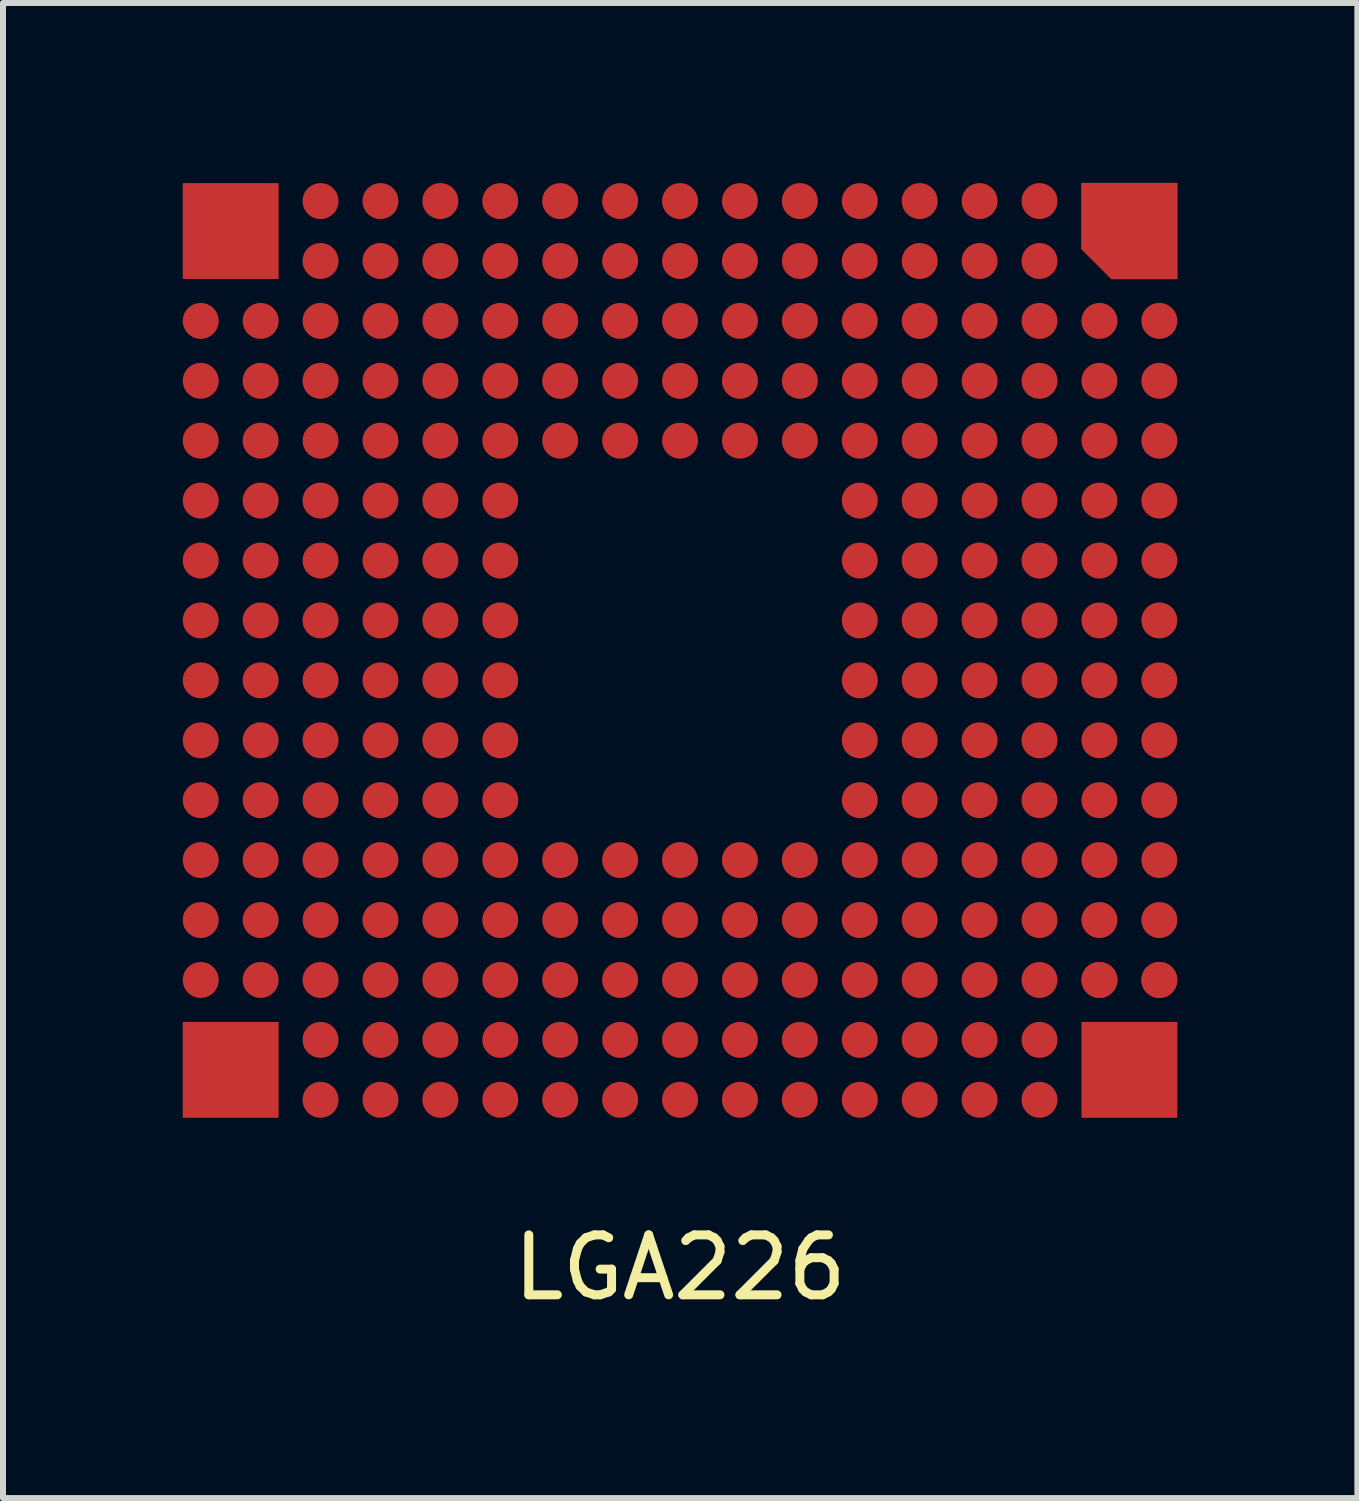
<source format=kicad_pcb>
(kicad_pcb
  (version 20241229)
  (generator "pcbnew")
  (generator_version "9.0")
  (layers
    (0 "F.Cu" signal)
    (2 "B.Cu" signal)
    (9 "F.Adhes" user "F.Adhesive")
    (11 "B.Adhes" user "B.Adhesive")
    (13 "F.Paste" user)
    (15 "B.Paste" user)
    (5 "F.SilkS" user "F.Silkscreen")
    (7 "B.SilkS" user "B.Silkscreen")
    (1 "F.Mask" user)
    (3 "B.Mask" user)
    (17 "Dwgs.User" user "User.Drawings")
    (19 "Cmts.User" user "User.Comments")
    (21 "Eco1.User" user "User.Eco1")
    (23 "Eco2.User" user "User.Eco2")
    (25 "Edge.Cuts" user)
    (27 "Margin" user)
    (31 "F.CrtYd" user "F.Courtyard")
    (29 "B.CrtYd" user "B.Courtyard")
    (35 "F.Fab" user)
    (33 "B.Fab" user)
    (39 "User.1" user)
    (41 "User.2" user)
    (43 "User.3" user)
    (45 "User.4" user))
  (footprint "LGA226"
    (layer "F.Cu")
    (at 8.305 7.758)
    (property "Reference" "LGA226" (at -0.005 10.348 180) (layer "F.SilkS") (effects (font (size 1 1) (thickness 0.15))))
    (attr through_hole)
    (pad "" smd rect (at -7.505 -6.952 180) (size 1.6 1.6) (layers "F.Cu" "F.Mask" "F.Paste"))
    (pad "" smd rect (at -7.505 7.048 180) (size 1.6 1.6) (layers "F.Cu" "F.Mask" "F.Paste"))
    (pad "" smd rect (at 7.495 7.048 180) (size 1.6 1.6) (layers "F.Cu" "F.Mask" "F.Paste"))
    (pad "" smd custom (at 7.745 -7.202 180) (size 1.1 1.1) (layers "F.Cu" "F.Mask" "F.Paste") (options (anchor rect)) (primitives (gr_poly (pts (xy -0.55 -1.05) (xy 0.55 -1.05) (xy 1.05 -0.55) (xy 1.05 0.55) (xy 0.45 0.55) (xy -0.55 0.55) (xy -0.55 -0.45)) (width 0.01) (fill yes))))
    (pad "114" smd circle (at 7.995 5.548 180) (size 0.6 0.6) (layers "F.Cu" "F.Mask" "F.Paste"))
    (pad "214" smd circle (at 6.995 5.548 180) (size 0.6 0.6) (layers "F.Cu" "F.Mask" "F.Paste"))
    (pad "A3" smd circle (at 7.995 -5.452 180) (size 0.6 0.6) (layers "F.Cu" "F.Mask" "F.Paste"))
    (pad "A4" smd circle (at 7.995 -4.452 180) (size 0.6 0.6) (layers "F.Cu" "F.Mask" "F.Paste"))
    (pad "A5" smd circle (at 7.995 -3.453 180) (size 0.6 0.6) (layers "F.Cu" "F.Mask" "F.Paste"))
    (pad "A6" smd circle (at 7.995 -2.453 180) (size 0.6 0.6) (layers "F.Cu" "F.Mask" "F.Paste"))
    (pad "A7" smd circle (at 7.995 -1.452 180) (size 0.6 0.6) (layers "F.Cu" "F.Mask" "F.Paste"))
    (pad "A8" smd circle (at 7.995 -0.453 180) (size 0.6 0.6) (layers "F.Cu" "F.Mask" "F.Paste"))
    (pad "A9" smd circle (at 7.995 0.547 180) (size 0.6 0.6) (layers "F.Cu" "F.Mask" "F.Paste"))
    (pad "A10" smd circle (at 7.995 1.548 180) (size 0.6 0.6) (layers "F.Cu" "F.Mask" "F.Paste"))
    (pad "A11" smd circle (at 7.995 2.547 180) (size 0.6 0.6) (layers "F.Cu" "F.Mask" "F.Paste"))
    (pad "A12" smd circle (at 7.995 3.547 180) (size 0.6 0.6) (layers "F.Cu" "F.Mask" "F.Paste"))
    (pad "A13" smd circle (at 7.995 4.548 180) (size 0.6 0.6) (layers "F.Cu" "F.Mask" "F.Paste"))
    (pad "A14" smd circle (at 7.995 5.548 180) (size 0.6 0.6) (layers "F.Cu" "F.Mask" "F.Paste"))
    (pad "B3" smd circle (at 6.995 -5.452 180) (size 0.6 0.6) (layers "F.Cu" "F.Mask" "F.Paste"))
    (pad "B4" smd circle (at 6.995 -4.452 180) (size 0.6 0.6) (layers "F.Cu" "F.Mask" "F.Paste"))
    (pad "B5" smd circle (at 6.995 -3.453 180) (size 0.6 0.6) (layers "F.Cu" "F.Mask" "F.Paste"))
    (pad "B6" smd circle (at 6.995 -2.453 180) (size 0.6 0.6) (layers "F.Cu" "F.Mask" "F.Paste"))
    (pad "B7" smd circle (at 6.995 -1.452 180) (size 0.6 0.6) (layers "F.Cu" "F.Mask" "F.Paste"))
    (pad "B8" smd circle (at 6.995 -0.453 180) (size 0.6 0.6) (layers "F.Cu" "F.Mask" "F.Paste"))
    (pad "B9" smd circle (at 6.995 0.547 180) (size 0.6 0.6) (layers "F.Cu" "F.Mask" "F.Paste"))
    (pad "B10" smd circle (at 6.995 1.548 180) (size 0.6 0.6) (layers "F.Cu" "F.Mask" "F.Paste"))
    (pad "B11" smd circle (at 6.995 2.547 180) (size 0.6 0.6) (layers "F.Cu" "F.Mask" "F.Paste"))
    (pad "B12" smd circle (at 6.995 3.547 180) (size 0.6 0.6) (layers "F.Cu" "F.Mask" "F.Paste"))
    (pad "B13" smd circle (at 6.995 4.548 180) (size 0.6 0.6) (layers "F.Cu" "F.Mask" "F.Paste"))
    (pad "B14" smd circle (at 6.995 5.548 180) (size 0.6 0.6) (layers "F.Cu" "F.Mask" "F.Paste"))
    (pad "C1" smd circle (at 5.995 -7.452 180) (size 0.6 0.6) (layers "F.Cu" "F.Mask" "F.Paste"))
    (pad "C2" smd circle (at 5.995 -6.452 180) (size 0.6 0.6) (layers "F.Cu" "F.Mask" "F.Paste"))
    (pad "C3" smd circle (at 5.995 -5.452 180) (size 0.6 0.6) (layers "F.Cu" "F.Mask" "F.Paste"))
    (pad "C4" smd circle (at 5.995 -4.452 180) (size 0.6 0.6) (layers "F.Cu" "F.Mask" "F.Paste"))
    (pad "C5" smd circle (at 5.995 -3.453 180) (size 0.6 0.6) (layers "F.Cu" "F.Mask" "F.Paste"))
    (pad "C6" smd circle (at 5.995 -2.453 180) (size 0.6 0.6) (layers "F.Cu" "F.Mask" "F.Paste"))
    (pad "C7" smd circle (at 5.995 -1.452 180) (size 0.6 0.6) (layers "F.Cu" "F.Mask" "F.Paste"))
    (pad "C8" smd circle (at 5.995 -0.453 180) (size 0.6 0.6) (layers "F.Cu" "F.Mask" "F.Paste"))
    (pad "C9" smd circle (at 5.995 0.547 180) (size 0.6 0.6) (layers "F.Cu" "F.Mask" "F.Paste"))
    (pad "C10" smd circle (at 5.995 1.548 180) (size 0.6 0.6) (layers "F.Cu" "F.Mask" "F.Paste"))
    (pad "C11" smd circle (at 5.995 2.547 180) (size 0.6 0.6) (layers "F.Cu" "F.Mask" "F.Paste"))
    (pad "C12" smd circle (at 5.995 3.547 180) (size 0.6 0.6) (layers "F.Cu" "F.Mask" "F.Paste"))
    (pad "C13" smd circle (at 5.995 4.548 180) (size 0.6 0.6) (layers "F.Cu" "F.Mask" "F.Paste"))
    (pad "C14" smd circle (at 5.995 5.548 180) (size 0.6 0.6) (layers "F.Cu" "F.Mask" "F.Paste"))
    (pad "C15" smd circle (at 5.995 6.548 180) (size 0.6 0.6) (layers "F.Cu" "F.Mask" "F.Paste"))
    (pad "C16" smd circle (at 5.995 7.548 180) (size 0.6 0.6) (layers "F.Cu" "F.Mask" "F.Paste"))
    (pad "D1" smd circle (at 4.995 -7.452 180) (size 0.6 0.6) (layers "F.Cu" "F.Mask" "F.Paste"))
    (pad "D2" smd circle (at 4.995 -6.452 180) (size 0.6 0.6) (layers "F.Cu" "F.Mask" "F.Paste"))
    (pad "D3" smd circle (at 4.995 -5.452 180) (size 0.6 0.6) (layers "F.Cu" "F.Mask" "F.Paste"))
    (pad "D4" smd circle (at 4.995 -4.452 180) (size 0.6 0.6) (layers "F.Cu" "F.Mask" "F.Paste"))
    (pad "D5" smd circle (at 4.995 -3.453 180) (size 0.6 0.6) (layers "F.Cu" "F.Mask" "F.Paste"))
    (pad "D6" smd circle (at 4.995 -2.453 180) (size 0.6 0.6) (layers "F.Cu" "F.Mask" "F.Paste"))
    (pad "D7" smd circle (at 4.995 -1.452 180) (size 0.6 0.6) (layers "F.Cu" "F.Mask" "F.Paste"))
    (pad "D8" smd circle (at 4.995 -0.453 180) (size 0.6 0.6) (layers "F.Cu" "F.Mask" "F.Paste"))
    (pad "D9" smd circle (at 4.995 0.547 180) (size 0.6 0.6) (layers "F.Cu" "F.Mask" "F.Paste"))
    (pad "D10" smd circle (at 4.995 1.548 180) (size 0.6 0.6) (layers "F.Cu" "F.Mask" "F.Paste"))
    (pad "D11" smd circle (at 4.995 2.547 180) (size 0.6 0.6) (layers "F.Cu" "F.Mask" "F.Paste"))
    (pad "D12" smd circle (at 4.995 3.547 180) (size 0.6 0.6) (layers "F.Cu" "F.Mask" "F.Paste"))
    (pad "D13" smd circle (at 4.995 4.548 180) (size 0.6 0.6) (layers "F.Cu" "F.Mask" "F.Paste"))
    (pad "D14" smd circle (at 4.995 5.548 180) (size 0.6 0.6) (layers "F.Cu" "F.Mask" "F.Paste"))
    (pad "D15" smd circle (at 4.995 6.548 180) (size 0.6 0.6) (layers "F.Cu" "F.Mask" "F.Paste"))
    (pad "D16" smd circle (at 4.995 7.548 180) (size 0.6 0.6) (layers "F.Cu" "F.Mask" "F.Paste"))
    (pad "E1" smd circle (at 3.995 -7.452 180) (size 0.6 0.6) (layers "F.Cu" "F.Mask" "F.Paste"))
    (pad "E2" smd circle (at 3.995 -6.452 180) (size 0.6 0.6) (layers "F.Cu" "F.Mask" "F.Paste"))
    (pad "E3" smd circle (at 3.995 -5.452 180) (size 0.6 0.6) (layers "F.Cu" "F.Mask" "F.Paste"))
    (pad "E4" smd circle (at 3.995 -4.452 180) (size 0.6 0.6) (layers "F.Cu" "F.Mask" "F.Paste"))
    (pad "E5" smd circle (at 3.995 -3.453 180) (size 0.6 0.6) (layers "F.Cu" "F.Mask" "F.Paste"))
    (pad "E6" smd circle (at 3.995 -2.453 180) (size 0.6 0.6) (layers "F.Cu" "F.Mask" "F.Paste"))
    (pad "E7" smd circle (at 3.995 -1.452 180) (size 0.6 0.6) (layers "F.Cu" "F.Mask" "F.Paste"))
    (pad "E8" smd circle (at 3.995 -0.453 180) (size 0.6 0.6) (layers "F.Cu" "F.Mask" "F.Paste"))
    (pad "E9" smd circle (at 3.995 0.547 180) (size 0.6 0.6) (layers "F.Cu" "F.Mask" "F.Paste"))
    (pad "E10" smd circle (at 3.995 1.548 180) (size 0.6 0.6) (layers "F.Cu" "F.Mask" "F.Paste"))
    (pad "E11" smd circle (at 3.995 2.547 180) (size 0.6 0.6) (layers "F.Cu" "F.Mask" "F.Paste"))
    (pad "E12" smd circle (at 3.995 3.547 180) (size 0.6 0.6) (layers "F.Cu" "F.Mask" "F.Paste"))
    (pad "E13" smd circle (at 3.995 4.548 180) (size 0.6 0.6) (layers "F.Cu" "F.Mask" "F.Paste"))
    (pad "E14" smd circle (at 3.995 5.548 180) (size 0.6 0.6) (layers "F.Cu" "F.Mask" "F.Paste"))
    (pad "E15" smd circle (at 3.995 6.548 180) (size 0.6 0.6) (layers "F.Cu" "F.Mask" "F.Paste"))
    (pad "E16" smd circle (at 3.995 7.548 180) (size 0.6 0.6) (layers "F.Cu" "F.Mask" "F.Paste"))
    (pad "F1" smd circle (at 2.995 -7.452 180) (size 0.6 0.6) (layers "F.Cu" "F.Mask" "F.Paste"))
    (pad "F2" smd circle (at 2.995 -6.452 180) (size 0.6 0.6) (layers "F.Cu" "F.Mask" "F.Paste"))
    (pad "F3" smd circle (at 2.995 -5.452 180) (size 0.6 0.6) (layers "F.Cu" "F.Mask" "F.Paste"))
    (pad "F4" smd circle (at 2.995 -4.452 180) (size 0.6 0.6) (layers "F.Cu" "F.Mask" "F.Paste"))
    (pad "F5" smd circle (at 2.995 -3.453 180) (size 0.6 0.6) (layers "F.Cu" "F.Mask" "F.Paste"))
    (pad "F6" smd circle (at 2.995 -2.453 180) (size 0.6 0.6) (layers "F.Cu" "F.Mask" "F.Paste"))
    (pad "F7" smd circle (at 2.995 -1.452 180) (size 0.6 0.6) (layers "F.Cu" "F.Mask" "F.Paste"))
    (pad "F8" smd circle (at 2.995 -0.453 180) (size 0.6 0.6) (layers "F.Cu" "F.Mask" "F.Paste"))
    (pad "F9" smd circle (at 2.995 0.547 180) (size 0.6 0.6) (layers "F.Cu" "F.Mask" "F.Paste"))
    (pad "F10" smd circle (at 2.995 1.548 180) (size 0.6 0.6) (layers "F.Cu" "F.Mask" "F.Paste"))
    (pad "F11" smd circle (at 2.995 2.547 180) (size 0.6 0.6) (layers "F.Cu" "F.Mask" "F.Paste"))
    (pad "F12" smd circle (at 2.995 3.547 180) (size 0.6 0.6) (layers "F.Cu" "F.Mask" "F.Paste"))
    (pad "F13" smd circle (at 2.995 4.548 180) (size 0.6 0.6) (layers "F.Cu" "F.Mask" "F.Paste"))
    (pad "F14" smd circle (at 2.995 5.548 180) (size 0.6 0.6) (layers "F.Cu" "F.Mask" "F.Paste"))
    (pad "F15" smd circle (at 2.995 6.548 180) (size 0.6 0.6) (layers "F.Cu" "F.Mask" "F.Paste"))
    (pad "F16" smd circle (at 2.995 7.548 180) (size 0.6 0.6) (layers "F.Cu" "F.Mask" "F.Paste"))
    (pad "G1" smd circle (at 1.995 -7.452 180) (size 0.6 0.6) (layers "F.Cu" "F.Mask" "F.Paste"))
    (pad "G2" smd circle (at 1.995 -6.452 180) (size 0.6 0.6) (layers "F.Cu" "F.Mask" "F.Paste"))
    (pad "G3" smd circle (at 1.995 -5.452 180) (size 0.6 0.6) (layers "F.Cu" "F.Mask" "F.Paste"))
    (pad "G4" smd circle (at 1.995 -4.452 180) (size 0.6 0.6) (layers "F.Cu" "F.Mask" "F.Paste"))
    (pad "G5" smd circle (at 1.995 -3.453 180) (size 0.6 0.6) (layers "F.Cu" "F.Mask" "F.Paste"))
    (pad "G12" smd circle (at 1.995 3.547 180) (size 0.6 0.6) (layers "F.Cu" "F.Mask" "F.Paste"))
    (pad "G13" smd circle (at 1.995 4.548 180) (size 0.6 0.6) (layers "F.Cu" "F.Mask" "F.Paste"))
    (pad "G14" smd circle (at 1.995 5.548 180) (size 0.6 0.6) (layers "F.Cu" "F.Mask" "F.Paste"))
    (pad "G15" smd circle (at 1.995 6.548 180) (size 0.6 0.6) (layers "F.Cu" "F.Mask" "F.Paste"))
    (pad "G16" smd circle (at 1.995 7.548 180) (size 0.6 0.6) (layers "F.Cu" "F.Mask" "F.Paste"))
    (pad "H1" smd circle (at 0.995 -7.452 180) (size 0.6 0.6) (layers "F.Cu" "F.Mask" "F.Paste"))
    (pad "H2" smd circle (at 0.995 -6.452 180) (size 0.6 0.6) (layers "F.Cu" "F.Mask" "F.Paste"))
    (pad "H3" smd circle (at 0.995 -5.452 180) (size 0.6 0.6) (layers "F.Cu" "F.Mask" "F.Paste"))
    (pad "H4" smd circle (at 0.995 -4.452 180) (size 0.6 0.6) (layers "F.Cu" "F.Mask" "F.Paste"))
    (pad "H5" smd circle (at 0.995 -3.453 180) (size 0.6 0.6) (layers "F.Cu" "F.Mask" "F.Paste"))
    (pad "H12" smd circle (at 0.995 3.547 180) (size 0.6 0.6) (layers "F.Cu" "F.Mask" "F.Paste"))
    (pad "H13" smd circle (at 0.995 4.548 180) (size 0.6 0.6) (layers "F.Cu" "F.Mask" "F.Paste"))
    (pad "H14" smd circle (at 0.995 5.548 180) (size 0.6 0.6) (layers "F.Cu" "F.Mask" "F.Paste"))
    (pad "H15" smd circle (at 0.995 6.548 180) (size 0.6 0.6) (layers "F.Cu" "F.Mask" "F.Paste"))
    (pad "H16" smd circle (at 0.995 7.548 180) (size 0.6 0.6) (layers "F.Cu" "F.Mask" "F.Paste"))
    (pad "J1" smd circle (at -0.005 -7.452 180) (size 0.6 0.6) (layers "F.Cu" "F.Mask" "F.Paste"))
    (pad "J2" smd circle (at -0.005 -6.452 180) (size 0.6 0.6) (layers "F.Cu" "F.Mask" "F.Paste"))
    (pad "J3" smd circle (at -0.005 -5.452 180) (size 0.6 0.6) (layers "F.Cu" "F.Mask" "F.Paste"))
    (pad "J4" smd circle (at -0.005 -4.452 180) (size 0.6 0.6) (layers "F.Cu" "F.Mask" "F.Paste"))
    (pad "J5" smd circle (at -0.005 -3.453 180) (size 0.6 0.6) (layers "F.Cu" "F.Mask" "F.Paste"))
    (pad "J12" smd circle (at -0.005 3.547 180) (size 0.6 0.6) (layers "F.Cu" "F.Mask" "F.Paste"))
    (pad "J13" smd circle (at -0.005 4.548 180) (size 0.6 0.6) (layers "F.Cu" "F.Mask" "F.Paste"))
    (pad "J14" smd circle (at -0.005 5.548 180) (size 0.6 0.6) (layers "F.Cu" "F.Mask" "F.Paste"))
    (pad "J15" smd circle (at -0.005 6.548 180) (size 0.6 0.6) (layers "F.Cu" "F.Mask" "F.Paste"))
    (pad "J16" smd circle (at -0.005 7.548 180) (size 0.6 0.6) (layers "F.Cu" "F.Mask" "F.Paste"))
    (pad "K1" smd circle (at -1.005 -7.452 180) (size 0.6 0.6) (layers "F.Cu" "F.Mask" "F.Paste"))
    (pad "K2" smd circle (at -1.005 -6.452 180) (size 0.6 0.6) (layers "F.Cu" "F.Mask" "F.Paste"))
    (pad "K3" smd circle (at -1.005 -5.452 180) (size 0.6 0.6) (layers "F.Cu" "F.Mask" "F.Paste"))
    (pad "K4" smd circle (at -1.005 -4.452 180) (size 0.6 0.6) (layers "F.Cu" "F.Mask" "F.Paste"))
    (pad "K5" smd circle (at -1.005 -3.453 180) (size 0.6 0.6) (layers "F.Cu" "F.Mask" "F.Paste"))
    (pad "K12" smd circle (at -1.005 3.547 180) (size 0.6 0.6) (layers "F.Cu" "F.Mask" "F.Paste"))
    (pad "K13" smd circle (at -1.005 4.548 180) (size 0.6 0.6) (layers "F.Cu" "F.Mask" "F.Paste"))
    (pad "K14" smd circle (at -1.005 5.548 180) (size 0.6 0.6) (layers "F.Cu" "F.Mask" "F.Paste"))
    (pad "K15" smd circle (at -1.005 6.548 180) (size 0.6 0.6) (layers "F.Cu" "F.Mask" "F.Paste"))
    (pad "K16" smd circle (at -1.005 7.548 180) (size 0.6 0.6) (layers "F.Cu" "F.Mask" "F.Paste"))
    (pad "L1" smd circle (at -2.005 -7.452 180) (size 0.6 0.6) (layers "F.Cu" "F.Mask" "F.Paste"))
    (pad "L2" smd circle (at -2.005 -6.452 180) (size 0.6 0.6) (layers "F.Cu" "F.Mask" "F.Paste"))
    (pad "L3" smd circle (at -2.005 -5.452 180) (size 0.6 0.6) (layers "F.Cu" "F.Mask" "F.Paste"))
    (pad "L4" smd circle (at -2.005 -4.452 180) (size 0.6 0.6) (layers "F.Cu" "F.Mask" "F.Paste"))
    (pad "L5" smd circle (at -2.005 -3.453 180) (size 0.6 0.6) (layers "F.Cu" "F.Mask" "F.Paste"))
    (pad "L12" smd circle (at -2.005 3.547 180) (size 0.6 0.6) (layers "F.Cu" "F.Mask" "F.Paste"))
    (pad "L13" smd circle (at -2.005 4.548 180) (size 0.6 0.6) (layers "F.Cu" "F.Mask" "F.Paste"))
    (pad "L14" smd circle (at -2.005 5.548 180) (size 0.6 0.6) (layers "F.Cu" "F.Mask" "F.Paste"))
    (pad "L15" smd circle (at -2.005 6.548 180) (size 0.6 0.6) (layers "F.Cu" "F.Mask" "F.Paste"))
    (pad "L16" smd circle (at -2.005 7.548 180) (size 0.6 0.6) (layers "F.Cu" "F.Mask" "F.Paste"))
    (pad "M1" smd circle (at -3.005 -7.452 180) (size 0.6 0.6) (layers "F.Cu" "F.Mask" "F.Paste"))
    (pad "M2" smd circle (at -3.005 -6.452 180) (size 0.6 0.6) (layers "F.Cu" "F.Mask" "F.Paste"))
    (pad "M3" smd circle (at -3.005 -5.452 180) (size 0.6 0.6) (layers "F.Cu" "F.Mask" "F.Paste"))
    (pad "M4" smd circle (at -3.005 -4.452 180) (size 0.6 0.6) (layers "F.Cu" "F.Mask" "F.Paste"))
    (pad "M5" smd circle (at -3.005 -3.453 180) (size 0.6 0.6) (layers "F.Cu" "F.Mask" "F.Paste"))
    (pad "M6" smd circle (at -3.005 -2.453 180) (size 0.6 0.6) (layers "F.Cu" "F.Mask" "F.Paste"))
    (pad "M7" smd circle (at -3.005 -1.452 180) (size 0.6 0.6) (layers "F.Cu" "F.Mask" "F.Paste"))
    (pad "M8" smd circle (at -3.005 -0.453 180) (size 0.6 0.6) (layers "F.Cu" "F.Mask" "F.Paste"))
    (pad "M9" smd circle (at -3.005 0.547 180) (size 0.6 0.6) (layers "F.Cu" "F.Mask" "F.Paste"))
    (pad "M10" smd circle (at -3.005 1.548 180) (size 0.6 0.6) (layers "F.Cu" "F.Mask" "F.Paste"))
    (pad "M11" smd circle (at -3.005 2.547 180) (size 0.6 0.6) (layers "F.Cu" "F.Mask" "F.Paste"))
    (pad "M12" smd circle (at -3.005 3.547 180) (size 0.6 0.6) (layers "F.Cu" "F.Mask" "F.Paste"))
    (pad "M13" smd circle (at -3.005 4.548 180) (size 0.6 0.6) (layers "F.Cu" "F.Mask" "F.Paste"))
    (pad "M14" smd circle (at -3.005 5.548 180) (size 0.6 0.6) (layers "F.Cu" "F.Mask" "F.Paste"))
    (pad "M15" smd circle (at -3.005 6.548 180) (size 0.6 0.6) (layers "F.Cu" "F.Mask" "F.Paste"))
    (pad "M16" smd circle (at -3.005 7.548 180) (size 0.6 0.6) (layers "F.Cu" "F.Mask" "F.Paste"))
    (pad "N1" smd circle (at -4.005 -7.452 180) (size 0.6 0.6) (layers "F.Cu" "F.Mask" "F.Paste"))
    (pad "N2" smd circle (at -4.005 -6.452 180) (size 0.6 0.6) (layers "F.Cu" "F.Mask" "F.Paste"))
    (pad "N3" smd circle (at -4.005 -5.452 180) (size 0.6 0.6) (layers "F.Cu" "F.Mask" "F.Paste"))
    (pad "N4" smd circle (at -4.005 -4.452 180) (size 0.6 0.6) (layers "F.Cu" "F.Mask" "F.Paste"))
    (pad "N5" smd circle (at -4.005 -3.453 180) (size 0.6 0.6) (layers "F.Cu" "F.Mask" "F.Paste"))
    (pad "N6" smd circle (at -4.005 -2.453 180) (size 0.6 0.6) (layers "F.Cu" "F.Mask" "F.Paste"))
    (pad "N7" smd circle (at -4.005 -1.452 180) (size 0.6 0.6) (layers "F.Cu" "F.Mask" "F.Paste"))
    (pad "N8" smd circle (at -4.005 -0.453 180) (size 0.6 0.6) (layers "F.Cu" "F.Mask" "F.Paste"))
    (pad "N9" smd circle (at -4.005 0.547 180) (size 0.6 0.6) (layers "F.Cu" "F.Mask" "F.Paste"))
    (pad "N10" smd circle (at -4.005 1.548 180) (size 0.6 0.6) (layers "F.Cu" "F.Mask" "F.Paste"))
    (pad "N11" smd circle (at -4.005 2.547 180) (size 0.6 0.6) (layers "F.Cu" "F.Mask" "F.Paste"))
    (pad "N12" smd circle (at -4.005 3.547 180) (size 0.6 0.6) (layers "F.Cu" "F.Mask" "F.Paste"))
    (pad "N13" smd circle (at -4.005 4.548 180) (size 0.6 0.6) (layers "F.Cu" "F.Mask" "F.Paste"))
    (pad "N14" smd circle (at -4.005 5.548 180) (size 0.6 0.6) (layers "F.Cu" "F.Mask" "F.Paste"))
    (pad "N15" smd circle (at -4.005 6.548 180) (size 0.6 0.6) (layers "F.Cu" "F.Mask" "F.Paste"))
    (pad "N16" smd circle (at -4.005 7.548 180) (size 0.6 0.6) (layers "F.Cu" "F.Mask" "F.Paste"))
    (pad "P1" smd circle (at -5.005 -7.452 180) (size 0.6 0.6) (layers "F.Cu" "F.Mask" "F.Paste"))
    (pad "P2" smd circle (at -5.005 -6.452 180) (size 0.6 0.6) (layers "F.Cu" "F.Mask" "F.Paste"))
    (pad "P3" smd circle (at -5.005 -5.452 180) (size 0.6 0.6) (layers "F.Cu" "F.Mask" "F.Paste"))
    (pad "P4" smd circle (at -5.005 -4.452 180) (size 0.6 0.6) (layers "F.Cu" "F.Mask" "F.Paste"))
    (pad "P5" smd circle (at -5.005 -3.453 180) (size 0.6 0.6) (layers "F.Cu" "F.Mask" "F.Paste"))
    (pad "P6" smd circle (at -5.005 -2.453 180) (size 0.6 0.6) (layers "F.Cu" "F.Mask" "F.Paste"))
    (pad "P7" smd circle (at -5.005 -1.452 180) (size 0.6 0.6) (layers "F.Cu" "F.Mask" "F.Paste"))
    (pad "P8" smd circle (at -5.005 -0.453 180) (size 0.6 0.6) (layers "F.Cu" "F.Mask" "F.Paste"))
    (pad "P9" smd circle (at -5.005 0.547 180) (size 0.6 0.6) (layers "F.Cu" "F.Mask" "F.Paste"))
    (pad "P10" smd circle (at -5.005 1.548 180) (size 0.6 0.6) (layers "F.Cu" "F.Mask" "F.Paste"))
    (pad "P11" smd circle (at -5.005 2.547 180) (size 0.6 0.6) (layers "F.Cu" "F.Mask" "F.Paste"))
    (pad "P12" smd circle (at -5.005 3.547 180) (size 0.6 0.6) (layers "F.Cu" "F.Mask" "F.Paste"))
    (pad "P13" smd circle (at -5.005 4.548 180) (size 0.6 0.6) (layers "F.Cu" "F.Mask" "F.Paste"))
    (pad "P14" smd circle (at -5.005 5.548 180) (size 0.6 0.6) (layers "F.Cu" "F.Mask" "F.Paste"))
    (pad "P15" smd circle (at -5.005 6.548 180) (size 0.6 0.6) (layers "F.Cu" "F.Mask" "F.Paste"))
    (pad "P16" smd circle (at -5.005 7.548 180) (size 0.6 0.6) (layers "F.Cu" "F.Mask" "F.Paste"))
    (pad "R1" smd circle (at -6.005 -7.452 180) (size 0.6 0.6) (layers "F.Cu" "F.Mask" "F.Paste"))
    (pad "R2" smd circle (at -6.005 -6.452 180) (size 0.6 0.6) (layers "F.Cu" "F.Mask" "F.Paste"))
    (pad "R3" smd circle (at -6.005 -5.452 180) (size 0.6 0.6) (layers "F.Cu" "F.Mask" "F.Paste"))
    (pad "R4" smd circle (at -6.005 -4.452 180) (size 0.6 0.6) (layers "F.Cu" "F.Mask" "F.Paste"))
    (pad "R5" smd circle (at -6.005 -3.453 180) (size 0.6 0.6) (layers "F.Cu" "F.Mask" "F.Paste"))
    (pad "R6" smd circle (at -6.005 -2.453 180) (size 0.6 0.6) (layers "F.Cu" "F.Mask" "F.Paste"))
    (pad "R7" smd circle (at -6.005 -1.452 180) (size 0.6 0.6) (layers "F.Cu" "F.Mask" "F.Paste"))
    (pad "R8" smd circle (at -6.005 -0.453 180) (size 0.6 0.6) (layers "F.Cu" "F.Mask" "F.Paste"))
    (pad "R9" smd circle (at -6.005 0.547 180) (size 0.6 0.6) (layers "F.Cu" "F.Mask" "F.Paste"))
    (pad "R10" smd circle (at -6.005 1.548 180) (size 0.6 0.6) (layers "F.Cu" "F.Mask" "F.Paste"))
    (pad "R11" smd circle (at -6.005 2.547 180) (size 0.6 0.6) (layers "F.Cu" "F.Mask" "F.Paste"))
    (pad "R12" smd circle (at -6.005 3.547 180) (size 0.6 0.6) (layers "F.Cu" "F.Mask" "F.Paste"))
    (pad "R13" smd circle (at -6.005 4.548 180) (size 0.6 0.6) (layers "F.Cu" "F.Mask" "F.Paste"))
    (pad "R14" smd circle (at -6.005 5.548 180) (size 0.6 0.6) (layers "F.Cu" "F.Mask" "F.Paste"))
    (pad "R15" smd circle (at -6.005 6.548 180) (size 0.6 0.6) (layers "F.Cu" "F.Mask" "F.Paste"))
    (pad "R16" smd circle (at -6.005 7.548 180) (size 0.6 0.6) (layers "F.Cu" "F.Mask" "F.Paste"))
    (pad "T3" smd circle (at -7.005 -5.452 180) (size 0.6 0.6) (layers "F.Cu" "F.Mask" "F.Paste"))
    (pad "T4" smd circle (at -7.005 -4.452 180) (size 0.6 0.6) (layers "F.Cu" "F.Mask" "F.Paste"))
    (pad "T5" smd circle (at -7.005 -3.453 180) (size 0.6 0.6) (layers "F.Cu" "F.Mask" "F.Paste"))
    (pad "T6" smd circle (at -7.005 -2.453 180) (size 0.6 0.6) (layers "F.Cu" "F.Mask" "F.Paste"))
    (pad "T7" smd circle (at -7.005 -1.452 180) (size 0.6 0.6) (layers "F.Cu" "F.Mask" "F.Paste"))
    (pad "T8" smd circle (at -7.005 -0.453 180) (size 0.6 0.6) (layers "F.Cu" "F.Mask" "F.Paste"))
    (pad "T9" smd circle (at -7.005 0.547 180) (size 0.6 0.6) (layers "F.Cu" "F.Mask" "F.Paste"))
    (pad "T10" smd circle (at -7.005 1.548 180) (size 0.6 0.6) (layers "F.Cu" "F.Mask" "F.Paste"))
    (pad "T11" smd circle (at -7.005 2.547 180) (size 0.6 0.6) (layers "F.Cu" "F.Mask" "F.Paste"))
    (pad "T12" smd circle (at -7.005 3.547 180) (size 0.6 0.6) (layers "F.Cu" "F.Mask" "F.Paste"))
    (pad "T13" smd circle (at -7.005 4.548 180) (size 0.6 0.6) (layers "F.Cu" "F.Mask" "F.Paste"))
    (pad "T14" smd circle (at -7.005 5.548 180) (size 0.6 0.6) (layers "F.Cu" "F.Mask" "F.Paste"))
    (pad "U3" smd circle (at -8.005 -5.452 180) (size 0.6 0.6) (layers "F.Cu" "F.Mask" "F.Paste"))
    (pad "U4" smd circle (at -8.005 -4.452 180) (size 0.6 0.6) (layers "F.Cu" "F.Mask" "F.Paste"))
    (pad "U5" smd circle (at -8.005 -3.453 180) (size 0.6 0.6) (layers "F.Cu" "F.Mask" "F.Paste"))
    (pad "U6" smd circle (at -8.005 -2.453 180) (size 0.6 0.6) (layers "F.Cu" "F.Mask" "F.Paste"))
    (pad "U7" smd circle (at -8.005 -1.452 180) (size 0.6 0.6) (layers "F.Cu" "F.Mask" "F.Paste"))
    (pad "U8" smd circle (at -8.005 -0.453 180) (size 0.6 0.6) (layers "F.Cu" "F.Mask" "F.Paste"))
    (pad "U9" smd circle (at -8.005 0.547 180) (size 0.6 0.6) (layers "F.Cu" "F.Mask" "F.Paste"))
    (pad "U10" smd circle (at -8.005 1.548 180) (size 0.6 0.6) (layers "F.Cu" "F.Mask" "F.Paste"))
    (pad "U11" smd circle (at -8.005 2.547 180) (size 0.6 0.6) (layers "F.Cu" "F.Mask" "F.Paste"))
    (pad "U12" smd circle (at -8.005 3.547 180) (size 0.6 0.6) (layers "F.Cu" "F.Mask" "F.Paste"))
    (pad "U13" smd circle (at -8.005 4.548 180) (size 0.6 0.6) (layers "F.Cu" "F.Mask" "F.Paste"))
    (pad "U14" smd circle (at -8.005 5.548 180) (size 0.6 0.6) (layers "F.Cu" "F.Mask" "F.Paste")))
  (gr_rect
    (start -3 -3)
    (end 19.605 21.953)
    (stroke (width 0.1) (type default))
    (fill no)
    (layer "Edge.Cuts")))
</source>
